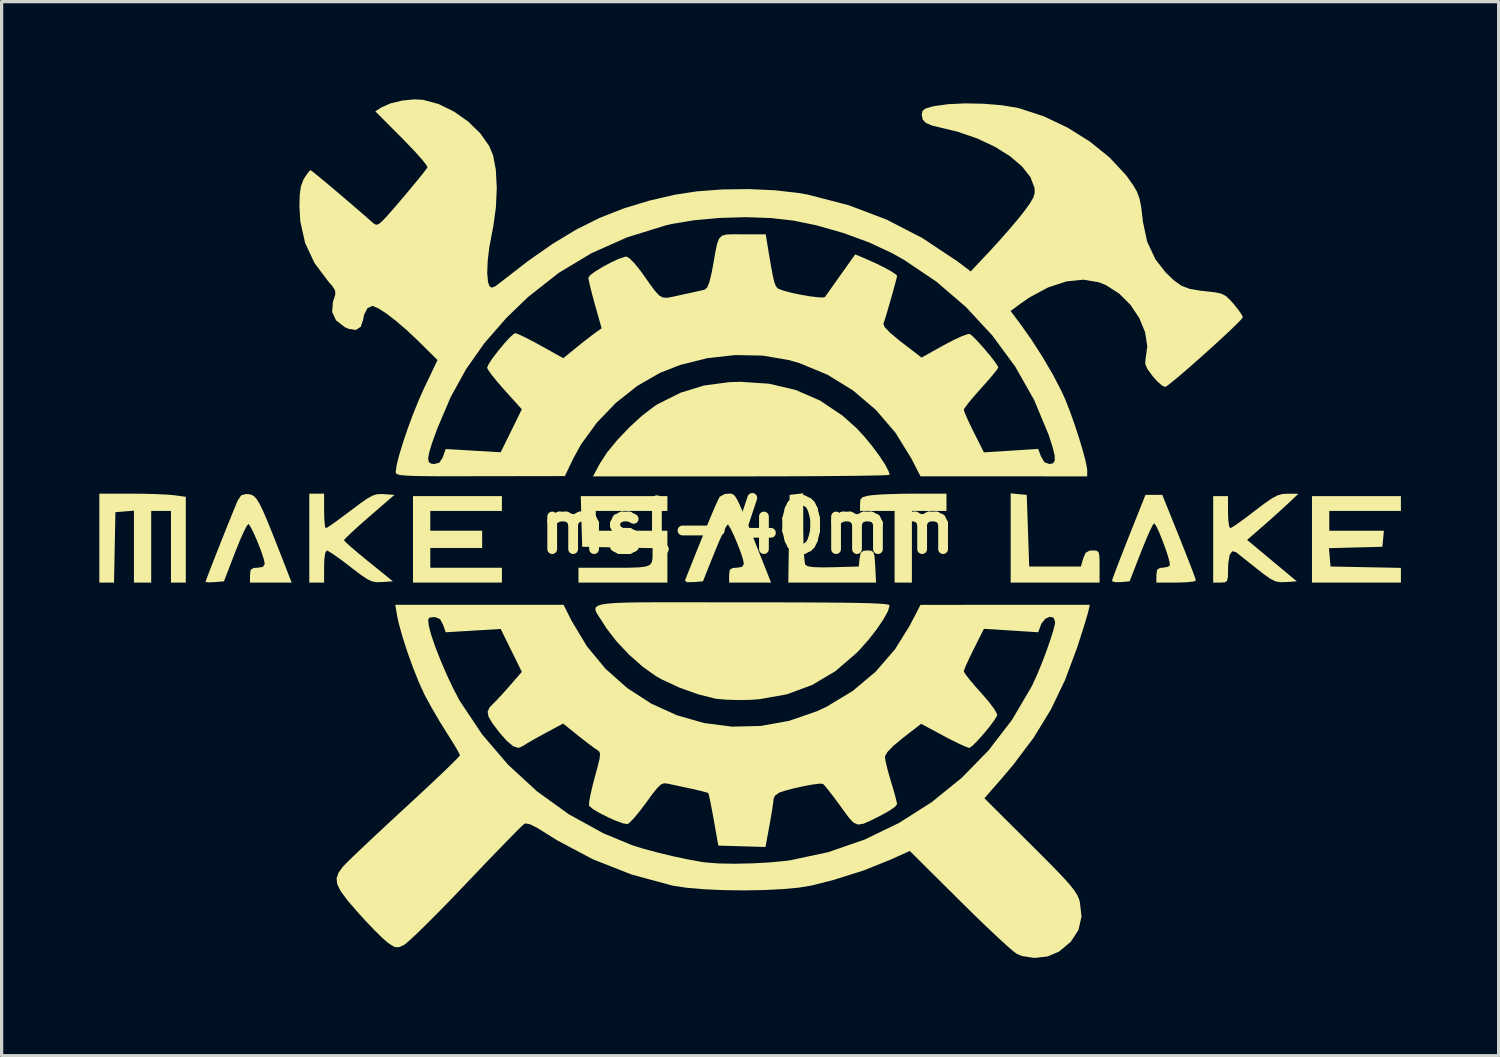
<source format=kicad_pcb>
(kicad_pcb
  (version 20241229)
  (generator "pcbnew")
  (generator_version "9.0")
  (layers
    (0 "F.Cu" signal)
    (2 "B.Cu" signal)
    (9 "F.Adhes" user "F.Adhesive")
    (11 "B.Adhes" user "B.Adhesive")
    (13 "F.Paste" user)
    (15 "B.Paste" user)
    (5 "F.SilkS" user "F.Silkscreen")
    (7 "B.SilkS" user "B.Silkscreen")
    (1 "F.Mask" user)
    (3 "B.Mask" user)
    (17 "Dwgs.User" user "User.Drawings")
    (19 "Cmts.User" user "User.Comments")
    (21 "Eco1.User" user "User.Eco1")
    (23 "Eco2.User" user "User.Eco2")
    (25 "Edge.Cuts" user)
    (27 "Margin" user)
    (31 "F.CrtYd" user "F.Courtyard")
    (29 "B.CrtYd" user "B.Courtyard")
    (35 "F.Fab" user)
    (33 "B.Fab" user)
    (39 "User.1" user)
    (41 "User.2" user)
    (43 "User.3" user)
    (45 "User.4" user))
  (footprint "msl-40mm"
    (layer "F.Cu")
    (at 19.903 13.129)
    (property "Reference" "msl-40mm" (at 0 0 0) (layer "F.SilkS") (effects (font (size 1.5 1.5) (thickness 0.3))))
    (attr board_only exclude_from_pos_files exclude_from_bom)
    (fp_poly (pts (xy 8.321 -1.009) (xy 8.568 -0.986) (xy 8.606 0.114) (xy 8.644 1.213) (xy 9.437 1.213) (xy 10.23 1.213) (xy 10.301 0.967) (xy 10.375 0.793) (xy 10.491 0.727) (xy 10.588 0.72) (xy 10.704 0.726) (xy 10.769 0.767) (xy 10.797 0.877) (xy 10.804 1.09) (xy 10.804 1.213) (xy 10.804 1.706) (xy 9.44 1.706) (xy 8.075 1.706) (xy 8.075 0.336) (xy 8.075 -1.033)) (stroke (width 0) (type solid)) (fill yes) (layer "F.SilkS"))
    (fp_poly (pts (xy 6.104 -0.758) (xy 6.104 -0.493) (xy 5.573 -0.493) (xy 5.042 -0.493) (xy 5.042 0.607) (xy 5.042 1.706) (xy 4.777 1.706) (xy 4.511 1.706) (xy 4.511 0.607) (xy 4.511 -0.493) (xy 3.981 -0.493) (xy 3.45 -0.493) (xy 3.45 -0.71) (xy 3.463 -0.844) (xy 3.53 -0.917) (xy 3.69 -0.959) (xy 3.802 -0.975) (xy 4.015 -0.994) (xy 4.337 -1.009) (xy 4.723 -1.02) (xy 5.128 -1.024) (xy 6.104 -1.024)) (stroke (width 0) (type solid)) (fill yes) (layer "F.SilkS"))
    (fp_poly (pts (xy -7.544 -0.72) (xy -7.544 -0.493) (xy -8.644 -0.493) (xy -9.743 -0.493) (xy -9.743 -0.19) (xy -9.743 0.114) (xy -8.947 0.114) (xy -8.151 0.114) (xy -8.151 0.379) (xy -8.151 0.644) (xy -8.947 0.644) (xy -9.743 0.644) (xy -9.743 0.948) (xy -9.743 1.251) (xy -8.644 1.251) (xy -7.544 1.251) (xy -7.544 1.479) (xy -7.544 1.706) (xy -8.909 1.706) (xy -10.274 1.706) (xy -10.274 0.379) (xy -10.274 -0.948) (xy -8.909 -0.948) (xy -7.544 -0.948)) (stroke (width 0) (type solid)) (fill yes) (layer "F.SilkS"))
    (fp_poly (pts (xy 20.055 -0.72) (xy 20.055 -0.493) (xy 18.955 -0.493) (xy 17.856 -0.493) (xy 17.856 -0.19) (xy 17.856 0.114) (xy 18.695 0.114) (xy 19.533 0.114) (xy 19.51 0.36) (xy 19.486 0.607) (xy 18.666 0.628) (xy 17.847 0.65) (xy 17.87 0.931) (xy 17.894 1.213) (xy 18.974 1.234) (xy 20.055 1.255) (xy 20.055 1.481) (xy 20.055 1.706) (xy 18.69 1.706) (xy 17.325 1.706) (xy 17.325 0.379) (xy 17.325 -0.948) (xy 18.69 -0.948) (xy 20.055 -0.948)) (stroke (width 0) (type solid)) (fill yes) (layer "F.SilkS"))
    (fp_poly (pts (xy 1.707 0.014) (xy 1.712 0.403) (xy 1.724 0.742) (xy 1.742 0.999) (xy 1.764 1.143) (xy 1.77 1.159) (xy 1.848 1.206) (xy 2.022 1.232) (xy 2.312 1.24) (xy 2.622 1.235) (xy 3.412 1.213) (xy 3.436 0.967) (xy 3.47 0.796) (xy 3.559 0.729) (xy 3.676 0.72) (xy 3.792 0.727) (xy 3.859 0.771) (xy 3.893 0.885) (xy 3.911 1.105) (xy 3.917 1.213) (xy 3.943 1.706) (xy 2.595 1.706) (xy 1.248 1.706) (xy 1.268 0.36) (xy 1.289 -0.986) (xy 1.497 -1.01) (xy 1.706 -1.034)) (stroke (width 0) (type solid)) (fill yes) (layer "F.SilkS"))
    (fp_poly (pts (xy -18.521 -1.02) (xy -18.135 -1.009) (xy -17.814 -0.994) (xy -17.601 -0.975) (xy -17.249 -0.927) (xy -17.249 0.389) (xy -17.249 1.706) (xy -17.477 1.706) (xy -17.704 1.706) (xy -17.704 0.607) (xy -17.704 -0.493) (xy -18.007 -0.493) (xy -18.311 -0.493) (xy -18.311 0.607) (xy -18.311 1.706) (xy -18.576 1.706) (xy -18.841 1.706) (xy -18.841 0.602) (xy -18.841 -0.502) (xy -19.126 -0.478) (xy -19.41 -0.455) (xy -19.431 0.626) (xy -19.452 1.706) (xy -19.678 1.706) (xy -19.903 1.706) (xy -19.903 0.341) (xy -19.903 -1.024) (xy -18.928 -1.024)) (stroke (width 0) (type solid)) (fill yes) (layer "F.SilkS"))
    (fp_poly (pts (xy -2.464 -0.72) (xy -2.464 -0.493) (xy -3.564 -0.493) (xy -4.663 -0.493) (xy -4.663 -0.19) (xy -4.663 0.114) (xy -3.564 0.114) (xy -2.464 0.114) (xy -2.464 0.91) (xy -2.464 1.706) (xy -3.829 1.706) (xy -5.194 1.706) (xy -5.194 1.479) (xy -5.194 1.251) (xy -4.102 1.251) (xy -3.656 1.25) (xy -3.339 1.24) (xy -3.129 1.214) (xy -3.004 1.164) (xy -2.942 1.083) (xy -2.921 0.961) (xy -2.919 0.83) (xy -2.919 0.649) (xy -4 0.628) (xy -5.08 0.607) (xy -5.102 -0.171) (xy -5.123 -0.948) (xy -3.794 -0.948) (xy -2.464 -0.948)) (stroke (width 0) (type solid)) (fill yes) (layer "F.SilkS"))
    (fp_poly (pts (xy 0.658 -4.399) (xy 1.472 -4.208) (xy 2.221 -3.882) (xy 2.914 -3.417) (xy 3.342 -3.034) (xy 3.581 -2.777) (xy 3.821 -2.485) (xy 4.041 -2.189) (xy 4.218 -1.92) (xy 4.33 -1.708) (xy 4.36 -1.602) (xy 4.286 -1.593) (xy 4.074 -1.585) (xy 3.736 -1.578) (xy 3.286 -1.571) (xy 2.737 -1.566) (xy 2.102 -1.561) (xy 1.393 -1.557) (xy 0.625 -1.555) (xy -0.19 -1.554) (xy -0.194 -1.554) (xy -4.748 -1.554) (xy -4.535 -1.952) (xy -4.31 -2.296) (xy -3.993 -2.681) (xy -3.622 -3.07) (xy -3.234 -3.424) (xy -2.867 -3.704) (xy -2.756 -3.775) (xy -2.062 -4.121) (xy -1.349 -4.342) (xy -0.577 -4.446) (xy -0.227 -4.458)) (stroke (width 0) (type solid)) (fill yes) (layer "F.SilkS"))
    (fp_poly (pts (xy 13.246 0.296) (xy 13.41 0.708) (xy 13.553 1.073) (xy 13.665 1.365) (xy 13.738 1.563) (xy 13.761 1.642) (xy 13.692 1.672) (xy 13.506 1.694) (xy 13.241 1.705) (xy 13.155 1.706) (xy 12.548 1.706) (xy 12.548 1.479) (xy 12.569 1.316) (xy 12.656 1.256) (xy 12.733 1.251) (xy 12.892 1.226) (xy 12.961 1.182) (xy 12.955 1.086) (xy 12.904 0.894) (xy 12.821 0.647) (xy 12.723 0.382) (xy 12.624 0.141) (xy 12.538 -0.037) (xy 12.48 -0.113) (xy 12.477 -0.114) (xy 12.429 -0.047) (xy 12.34 0.135) (xy 12.223 0.405) (xy 12.089 0.736) (xy 12.073 0.777) (xy 11.726 1.668) (xy 11.455 1.692) (xy 11.278 1.692) (xy 11.188 1.663) (xy 11.185 1.654) (xy 11.212 1.567) (xy 11.287 1.363) (xy 11.401 1.064) (xy 11.544 0.696) (xy 11.699 0.303) (xy 12.213 -0.986) (xy 12.471 -0.986) (xy 12.73 -0.986)) (stroke (width 0) (type solid)) (fill yes) (layer "F.SilkS"))
    (fp_poly (pts (xy 16.58 -1.022) (xy 16.908 -1.02) (xy 16.567 -0.699) (xy 16.329 -0.48) (xy 16.04 -0.22) (xy 15.779 0.009) (xy 15.333 0.396) (xy 16.096 1.032) (xy 16.859 1.668) (xy 16.518 1.691) (xy 16.346 1.695) (xy 16.202 1.667) (xy 16.047 1.59) (xy 15.844 1.447) (xy 15.633 1.281) (xy 15.38 1.08) (xy 15.165 0.909) (xy 15.021 0.795) (xy 14.988 0.769) (xy 14.875 0.744) (xy 14.797 0.861) (xy 14.755 1.114) (xy 14.748 1.308) (xy 14.743 1.539) (xy 14.715 1.657) (xy 14.642 1.7) (xy 14.52 1.706) (xy 14.292 1.706) (xy 14.292 0.379) (xy 14.292 -0.948) (xy 14.52 -0.948) (xy 14.747 -0.948) (xy 14.747 -0.455) (xy 14.756 -0.204) (xy 14.781 -0.026) (xy 14.813 0.038) (xy 14.896 -0.006) (xy 15.072 -0.125) (xy 15.313 -0.301) (xy 15.565 -0.493) (xy 15.874 -0.727) (xy 16.097 -0.881) (xy 16.267 -0.97) (xy 16.414 -1.012) (xy 16.57 -1.022)) (stroke (width 0) (type solid)) (fill yes) (layer "F.SilkS"))
    (fp_poly (pts (xy -0.486 -1.019) (xy -0.434 -0.993) (xy -0.379 -0.932) (xy -0.313 -0.823) (xy -0.23 -0.651) (xy -0.123 -0.402) (xy 0.016 -0.063) (xy 0.193 0.38) (xy 0.416 0.942) (xy 0.576 1.346) (xy 0.718 1.706) (xy 0.075 1.706) (xy -0.569 1.706) (xy -0.569 1.479) (xy -0.55 1.317) (xy -0.461 1.258) (xy -0.341 1.251) (xy -0.172 1.225) (xy -0.118 1.135) (xy -0.118 1.118) (xy -0.147 0.979) (xy -0.218 0.764) (xy -0.315 0.512) (xy -0.42 0.264) (xy -0.518 0.06) (xy -0.591 -0.06) (xy -0.612 -0.076) (xy -0.662 -0.01) (xy -0.754 0.171) (xy -0.875 0.439) (xy -1.012 0.768) (xy -1.023 0.796) (xy -1.373 1.668) (xy -1.663 1.692) (xy -1.854 1.695) (xy -1.92 1.654) (xy -1.914 1.616) (xy -1.617 0.869) (xy -1.365 0.246) (xy -1.162 -0.249) (xy -1.007 -0.613) (xy -0.904 -0.842) (xy -0.856 -0.929) (xy -0.722 -1.005) (xy -0.607 -1.024) (xy -0.541 -1.025)) (stroke (width 0) (type solid)) (fill yes) (layer "F.SilkS"))
    (fp_poly (pts (xy -15.321 -1.008) (xy -15.235 -0.991) (xy -15.156 -0.947) (xy -15.075 -0.859) (xy -14.985 -0.713) (xy -14.877 -0.492) (xy -14.743 -0.181) (xy -14.574 0.237) (xy -14.362 0.776) (xy -14.302 0.929) (xy -14 1.706) (xy -14.639 1.706) (xy -15.278 1.706) (xy -15.278 1.479) (xy -15.259 1.317) (xy -15.171 1.258) (xy -15.05 1.251) (xy -14.881 1.225) (xy -14.827 1.135) (xy -14.827 1.118) (xy -14.857 0.978) (xy -14.929 0.759) (xy -15.028 0.502) (xy -15.135 0.25) (xy -15.234 0.043) (xy -15.308 -0.078) (xy -15.325 -0.092) (xy -15.376 -0.034) (xy -15.467 0.141) (xy -15.585 0.405) (xy -15.718 0.734) (xy -15.735 0.777) (xy -16.077 1.668) (xy -16.36 1.692) (xy -16.542 1.699) (xy -16.638 1.689) (xy -16.643 1.684) (xy -16.616 1.604) (xy -16.544 1.412) (xy -16.437 1.136) (xy -16.306 0.802) (xy -16.162 0.438) (xy -16.017 0.074) (xy -15.881 -0.264) (xy -15.766 -0.548) (xy -15.682 -0.75) (xy -15.651 -0.819) (xy -15.55 -0.971) (xy -15.403 -1.013)) (stroke (width 0) (type solid)) (fill yes) (layer "F.SilkS"))
    (fp_poly (pts (xy -13.003 -0.493) (xy -12.996 -0.231) (xy -12.979 -0.042) (xy -12.953 0.037) (xy -12.951 0.038) (xy -12.874 -0.005) (xy -12.702 -0.123) (xy -12.462 -0.298) (xy -12.196 -0.497) (xy -11.888 -0.729) (xy -11.668 -0.88) (xy -11.505 -0.968) (xy -11.369 -1.007) (xy -11.229 -1.013) (xy -11.169 -1.009) (xy -10.844 -0.986) (xy -11.621 -0.314) (xy -11.905 -0.065) (xy -12.141 0.15) (xy -12.31 0.311) (xy -12.39 0.398) (xy -12.394 0.406) (xy -12.337 0.469) (xy -12.184 0.608) (xy -11.957 0.801) (xy -11.679 1.031) (xy -11.641 1.061) (xy -10.891 1.668) (xy -11.229 1.691) (xy -11.389 1.695) (xy -11.527 1.671) (xy -11.676 1.603) (xy -11.868 1.474) (xy -12.139 1.269) (xy -12.204 1.217) (xy -12.473 1.013) (xy -12.702 0.849) (xy -12.863 0.746) (xy -12.922 0.72) (xy -12.968 0.792) (xy -12.996 0.989) (xy -13.003 1.213) (xy -13.003 1.706) (xy -13.231 1.706) (xy -13.458 1.706) (xy -13.458 0.341) (xy -13.458 -1.024) (xy -13.231 -1.024) (xy -13.003 -1.024)) (stroke (width 0) (type solid)) (fill yes) (layer "F.SilkS"))
    (fp_poly (pts (xy -1.963 2.31) (xy -1.141 2.312) (xy -0.198 2.313) (xy 0.785 2.313) (xy 1.625 2.315) (xy 2.332 2.319) (xy 2.916 2.324) (xy 3.386 2.331) (xy 3.752 2.34) (xy 4.022 2.352) (xy 4.207 2.366) (xy 4.316 2.383) (xy 4.358 2.403) (xy 4.359 2.407) (xy 4.308 2.581) (xy 4.17 2.833) (xy 3.965 3.135) (xy 3.714 3.458) (xy 3.435 3.773) (xy 3.349 3.862) (xy 2.694 4.426) (xy 1.979 4.85) (xy 1.203 5.137) (xy 0.359 5.287) (xy 0.076 5.307) (xy -0.288 5.313) (xy -0.648 5.302) (xy -0.939 5.277) (xy -0.996 5.268) (xy -1.529 5.134) (xy -2.1 4.929) (xy -2.636 4.679) (xy -2.816 4.578) (xy -3.217 4.294) (xy -3.635 3.924) (xy -4.023 3.514) (xy -4.336 3.109) (xy -4.413 2.987) (xy -4.502 2.847) (xy -4.582 2.727) (xy -4.643 2.627) (xy -4.675 2.544) (xy -4.667 2.476) (xy -4.61 2.423) (xy -4.493 2.382) (xy -4.306 2.353) (xy -4.039 2.332) (xy -3.681 2.319) (xy -3.223 2.313) (xy -2.654 2.31)) (stroke (width 0) (type solid)) (fill yes) (layer "F.SilkS"))
    (fp_poly (pts (xy -5.415 2.862) (xy -4.937 3.66) (xy -4.36 4.356) (xy -3.697 4.944) (xy -2.963 5.42) (xy -2.172 5.78) (xy -1.339 6.018) (xy -0.477 6.129) (xy 0.398 6.108) (xy 1.273 5.951) (xy 2.133 5.654) (xy 2.426 5.516) (xy 3.226 5.033) (xy 3.93 4.441) (xy 4.526 3.751) (xy 4.971 3.036) (xy 5.307 2.39) (xy 7.906 2.389) (xy 10.504 2.388) (xy 10.457 2.597) (xy 10.415 2.748) (xy 10.337 3.008) (xy 10.232 3.339) (xy 10.114 3.705) (xy 10.111 3.714) (xy 9.74 4.707) (xy 9.305 5.611) (xy 8.783 6.464) (xy 8.15 7.307) (xy 7.825 7.69) (xy 7.268 8.328) (xy 8.684 9.737) (xy 9.119 10.171) (xy 9.458 10.515) (xy 9.714 10.784) (xy 9.9 10.993) (xy 10.029 11.158) (xy 10.115 11.293) (xy 10.169 11.413) (xy 10.197 11.505) (xy 10.25 11.957) (xy 10.157 12.368) (xy 9.922 12.732) (xy 9.56 13.035) (xy 9.209 13.184) (xy 8.81 13.23) (xy 8.425 13.172) (xy 8.264 13.106) (xy 8.153 13.023) (xy 7.95 12.847) (xy 7.673 12.593) (xy 7.338 12.276) (xy 6.96 11.912) (xy 6.556 11.515) (xy 6.507 11.466) (xy 4.977 9.945) (xy 4.384 10.214) (xy 3.569 10.541) (xy 2.644 10.833) (xy 1.971 11.005) (xy 1.582 11.07) (xy 1.079 11.117) (xy 0.498 11.145) (xy -0.123 11.156) (xy -0.749 11.148) (xy -1.343 11.121) (xy -1.868 11.076) (xy -2.289 11.013) (xy -2.313 11.008) (xy -3.561 10.67) (xy -4.746 10.204) (xy -5.851 9.618) (xy -6.138 9.438) (xy -6.45 9.243) (xy -6.663 9.134) (xy -6.8 9.1) (xy -6.858 9.115) (xy -6.938 9.186) (xy -7.107 9.354) (xy -7.354 9.605) (xy -7.665 9.924) (xy -8.026 10.299) (xy -8.424 10.716) (xy -8.657 10.961) (xy -9.075 11.398) (xy -9.47 11.803) (xy -9.826 12.161) (xy -10.13 12.458) (xy -10.367 12.68) (xy -10.523 12.813) (xy -10.568 12.843) (xy -10.72 12.903) (xy -10.839 12.894) (xy -10.987 12.805) (xy -11.067 12.746) (xy -11.223 12.608) (xy -11.447 12.387) (xy -11.711 12.112) (xy -11.98 11.817) (xy -12.286 11.461) (xy -12.49 11.186) (xy -12.599 10.97) (xy -12.62 10.788) (xy -12.562 10.617) (xy -12.431 10.435) (xy -12.427 10.43) (xy -12.322 10.32) (xy -12.12 10.123) (xy -11.839 9.854) (xy -11.492 9.527) (xy -11.097 9.158) (xy -10.669 8.762) (xy -10.531 8.635) (xy -10.108 8.244) (xy -9.723 7.885) (xy -9.39 7.57) (xy -9.123 7.313) (xy -8.936 7.126) (xy -8.842 7.024) (xy -8.833 7.009) (xy -8.872 6.921) (xy -8.977 6.737) (xy -9.13 6.488) (xy -9.241 6.315) (xy -9.462 5.959) (xy -9.69 5.569) (xy -9.885 5.213) (xy -9.931 5.124) (xy -10.098 4.756) (xy -10.276 4.31) (xy -10.448 3.831) (xy -10.598 3.365) (xy -10.712 2.957) (xy -10.737 2.842) (xy -9.809 2.842) (xy -9.793 2.999) (xy -9.784 3.052) (xy -9.712 3.324) (xy -9.586 3.69) (xy -9.42 4.112) (xy -9.232 4.548) (xy -9.038 4.96) (xy -8.854 5.309) (xy -8.833 5.345) (xy -8.151 6.368) (xy -7.359 7.294) (xy -6.468 8.114) (xy -5.489 8.82) (xy -4.433 9.401) (xy -3.557 9.765) (xy -3.219 9.872) (xy -2.783 9.99) (xy -2.304 10.105) (xy -1.834 10.205) (xy -1.426 10.279) (xy -1.289 10.298) (xy -0.891 10.329) (xy -0.393 10.338) (xy 0.152 10.326) (xy 0.695 10.296) (xy 1.184 10.248) (xy 1.315 10.23) (xy 2.471 9.983) (xy 3.588 9.597) (xy 4.653 9.082) (xy 5.651 8.447) (xy 6.57 7.702) (xy 7.396 6.857) (xy 8.115 5.922) (xy 8.713 4.906) (xy 8.74 4.853) (xy 8.873 4.565) (xy 9.016 4.22) (xy 9.156 3.854) (xy 9.28 3.502) (xy 9.377 3.199) (xy 9.432 2.982) (xy 9.44 2.913) (xy 9.392 2.786) (xy 9.279 2.756) (xy 9.143 2.814) (xy 9.028 2.952) (xy 9.006 2.999) (xy 8.919 3.231) (xy 8.086 3.178) (xy 7.253 3.126) (xy 6.944 3.741) (xy 6.807 4.022) (xy 6.701 4.253) (xy 6.642 4.402) (xy 6.634 4.432) (xy 6.683 4.517) (xy 6.813 4.685) (xy 7.004 4.91) (xy 7.168 5.093) (xy 7.408 5.371) (xy 7.576 5.595) (xy 7.657 5.745) (xy 7.66 5.785) (xy 7.582 5.919) (xy 7.44 6.111) (xy 7.264 6.328) (xy 7.082 6.534) (xy 6.924 6.695) (xy 6.82 6.777) (xy 6.806 6.782) (xy 6.703 6.749) (xy 6.501 6.659) (xy 6.23 6.525) (xy 6.019 6.414) (xy 5.326 6.042) (xy 4.772 6.471) (xy 4.474 6.718) (xy 4.285 6.915) (xy 4.214 7.048) (xy 4.214 7.051) (xy 4.234 7.192) (xy 4.291 7.432) (xy 4.373 7.725) (xy 4.399 7.81) (xy 4.486 8.1) (xy 4.551 8.34) (xy 4.585 8.489) (xy 4.587 8.51) (xy 4.524 8.589) (xy 4.359 8.706) (xy 4.128 8.836) (xy 4.126 8.836) (xy 3.79 9.007) (xy 3.556 9.109) (xy 3.39 9.136) (xy 3.255 9.08) (xy 3.116 8.934) (xy 2.935 8.689) (xy 2.847 8.567) (xy 2.647 8.297) (xy 2.475 8.074) (xy 2.353 7.927) (xy 2.31 7.884) (xy 2.206 7.879) (xy 1.998 7.906) (xy 1.728 7.955) (xy 1.438 8.019) (xy 1.171 8.088) (xy 0.967 8.155) (xy 0.967 8.155) (xy 0.835 8.254) (xy 0.796 8.347) (xy 0.783 8.474) (xy 0.748 8.708) (xy 0.697 9.008) (xy 0.672 9.147) (xy 0.548 9.824) (xy -0.176 9.802) (xy -0.901 9.781) (xy -1.041 8.988) (xy -1.101 8.661) (xy -1.153 8.394) (xy -1.192 8.219) (xy -1.208 8.168) (xy -1.291 8.14) (xy -1.481 8.091) (xy -1.74 8.032) (xy -1.755 8.029) (xy -2.049 7.966) (xy -2.309 7.91) (xy -2.471 7.876) (xy -2.569 7.868) (xy -2.662 7.906) (xy -2.774 8.011) (xy -2.927 8.202) (xy -3.119 8.466) (xy -3.32 8.733) (xy -3.5 8.949) (xy -3.635 9.087) (xy -3.689 9.121) (xy -3.821 9.1) (xy -4.035 9.024) (xy -4.289 8.911) (xy -4.54 8.784) (xy -4.744 8.663) (xy -4.859 8.569) (xy -4.869 8.553) (xy -4.866 8.441) (xy -4.826 8.219) (xy -4.757 7.923) (xy -4.695 7.687) (xy -4.601 7.343) (xy -4.547 7.117) (xy -4.531 6.979) (xy -4.55 6.901) (xy -4.6 6.856) (xy -4.609 6.851) (xy -4.728 6.771) (xy -4.924 6.624) (xy -5.161 6.439) (xy -5.201 6.407) (xy -5.666 6.034) (xy -6.245 6.346) (xy -6.516 6.495) (xy -6.738 6.622) (xy -6.874 6.706) (xy -6.896 6.722) (xy -7.033 6.783) (xy -7.196 6.732) (xy -7.4 6.561) (xy -7.617 6.313) (xy -7.835 6.028) (xy -7.955 5.823) (xy -7.983 5.671) (xy -7.926 5.543) (xy -7.839 5.452) (xy -7.71 5.323) (xy -7.522 5.121) (xy -7.316 4.889) (xy -7.306 4.877) (xy -6.933 4.447) (xy -7.257 3.789) (xy -7.582 3.13) (xy -8.426 3.181) (xy -9.27 3.232) (xy -9.351 3) (xy -9.442 2.829) (xy -9.583 2.77) (xy -9.634 2.767) (xy -9.763 2.779) (xy -9.809 2.842) (xy -10.737 2.842) (xy -10.764 2.711) (xy -10.818 2.388) (xy -8.234 2.388) (xy -5.651 2.388)) (stroke (width 0) (type solid)) (fill yes) (layer "F.SilkS"))
    (fp_poly (pts (xy -9.97 -13.115) (xy -9.492 -12.987) (xy -9.019 -12.756) (xy -8.58 -12.448) (xy -8.209 -12.087) (xy -7.935 -11.698) (xy -7.816 -11.416) (xy -7.731 -10.965) (xy -7.702 -10.418) (xy -7.728 -9.821) (xy -7.81 -9.219) (xy -7.849 -9.027) (xy -7.933 -8.577) (xy -7.982 -8.156) (xy -7.995 -7.794) (xy -7.971 -7.522) (xy -7.928 -7.398) (xy -7.865 -7.347) (xy -7.763 -7.381) (xy -7.589 -7.509) (xy -7.585 -7.512) (xy -6.757 -8.155) (xy -5.992 -8.69) (xy -5.263 -9.131) (xy -4.542 -9.49) (xy -3.804 -9.781) (xy -3.02 -10.019) (xy -2.237 -10.201) (xy -1.554 -10.305) (xy -0.781 -10.363) (xy 0.03 -10.374) (xy 0.826 -10.338) (xy 1.555 -10.256) (xy 1.858 -10.202) (xy 3.102 -9.879) (xy 4.265 -9.438) (xy 5.367 -8.869) (xy 6.433 -8.161) (xy 6.646 -8.001) (xy 6.847 -7.846) (xy 7.471 -8.51) (xy 7.764 -8.831) (xy 8.063 -9.172) (xy 8.327 -9.486) (xy 8.47 -9.667) (xy 8.661 -9.927) (xy 8.769 -10.111) (xy 8.812 -10.256) (xy 8.807 -10.4) (xy 8.805 -10.413) (xy 8.681 -10.742) (xy 8.423 -11.07) (xy 8.052 -11.386) (xy 7.585 -11.677) (xy 7.041 -11.931) (xy 6.439 -12.137) (xy 5.99 -12.245) (xy 5.669 -12.322) (xy 5.473 -12.403) (xy 5.374 -12.509) (xy 5.345 -12.654) (xy 5.345 -12.665) (xy 5.368 -12.774) (xy 5.459 -12.846) (xy 5.655 -12.905) (xy 5.728 -12.921) (xy 6.158 -12.981) (xy 6.68 -13.005) (xy 7.24 -12.994) (xy 7.783 -12.95) (xy 8.256 -12.874) (xy 8.347 -12.852) (xy 9.091 -12.608) (xy 9.821 -12.261) (xy 10.505 -11.834) (xy 11.11 -11.345) (xy 11.602 -10.818) (xy 11.674 -10.724) (xy 11.841 -10.487) (xy 11.955 -10.288) (xy 12.03 -10.083) (xy 12.081 -9.827) (xy 12.124 -9.475) (xy 12.136 -9.364) (xy 12.265 -8.761) (xy 12.518 -8.219) (xy 12.83 -7.818) (xy 13.091 -7.567) (xy 13.319 -7.407) (xy 13.566 -7.312) (xy 13.889 -7.256) (xy 14.047 -7.239) (xy 14.346 -7.206) (xy 14.542 -7.164) (xy 14.681 -7.093) (xy 14.812 -6.97) (xy 14.917 -6.851) (xy 15.072 -6.658) (xy 15.175 -6.504) (xy 15.202 -6.44) (xy 15.148 -6.367) (xy 14.999 -6.215) (xy 14.777 -6.001) (xy 14.501 -5.744) (xy 14.192 -5.463) (xy 13.872 -5.176) (xy 13.56 -4.901) (xy 13.278 -4.658) (xy 13.045 -4.464) (xy 12.884 -4.338) (xy 12.819 -4.3) (xy 12.723 -4.342) (xy 12.573 -4.474) (xy 12.441 -4.622) (xy 12.275 -4.846) (xy 12.205 -5.007) (xy 12.213 -5.137) (xy 12.269 -5.549) (xy 12.2 -5.985) (xy 12.021 -6.419) (xy 11.751 -6.822) (xy 11.405 -7.167) (xy 10.999 -7.426) (xy 10.789 -7.512) (xy 10.31 -7.593) (xy 9.785 -7.539) (xy 9.227 -7.356) (xy 8.654 -7.048) (xy 8.396 -6.87) (xy 8.072 -6.631) (xy 8.371 -6.235) (xy 8.714 -5.75) (xy 9.056 -5.217) (xy 9.37 -4.681) (xy 9.628 -4.186) (xy 9.748 -3.923) (xy 9.888 -3.567) (xy 10.031 -3.167) (xy 10.166 -2.757) (xy 10.282 -2.371) (xy 10.37 -2.043) (xy 10.419 -1.805) (xy 10.425 -1.732) (xy 10.425 -1.554) (xy 7.866 -1.555) (xy 5.307 -1.555) (xy 5.024 -2.107) (xy 4.536 -2.897) (xy 3.934 -3.597) (xy 3.234 -4.193) (xy 2.452 -4.674) (xy 1.602 -5.027) (xy 1.266 -5.125) (xy 0.47 -5.261) (xy -0.378 -5.279) (xy -1.237 -5.183) (xy -2.068 -4.976) (xy -2.692 -4.732) (xy -3.389 -4.331) (xy -4.046 -3.811) (xy -4.633 -3.201) (xy -5.117 -2.533) (xy -5.358 -2.093) (xy -5.611 -1.563) (xy -8.208 -1.559) (xy -8.904 -1.558) (xy -9.463 -1.558) (xy -9.9 -1.561) (xy -10.231 -1.567) (xy -10.469 -1.577) (xy -10.631 -1.591) (xy -10.73 -1.61) (xy -10.782 -1.636) (xy -10.802 -1.669) (xy -10.804 -1.696) (xy -10.776 -1.9) (xy -10.727 -2.095) (xy -9.81 -2.095) (xy -9.786 -1.988) (xy -9.707 -1.941) (xy -9.625 -1.933) (xy -9.467 -1.974) (xy -9.367 -2.122) (xy -9.352 -2.163) (xy -9.271 -2.394) (xy -8.427 -2.344) (xy -7.582 -2.294) (xy -7.257 -2.954) (xy -6.933 -3.614) (xy -7.466 -4.205) (xy -7.687 -4.459) (xy -7.863 -4.677) (xy -7.973 -4.832) (xy -7.999 -4.89) (xy -7.953 -4.998) (xy -7.834 -5.178) (xy -7.669 -5.395) (xy -7.488 -5.615) (xy -7.318 -5.803) (xy -7.186 -5.925) (xy -7.134 -5.952) (xy -7.032 -5.917) (xy -6.831 -5.822) (xy -6.562 -5.683) (xy -6.35 -5.567) (xy -5.66 -5.183) (xy -5.254 -5.513) (xy -5.017 -5.703) (xy -4.801 -5.871) (xy -4.665 -5.972) (xy -4.483 -6.1) (xy -4.687 -6.822) (xy -4.774 -7.142) (xy -4.843 -7.414) (xy -4.883 -7.601) (xy -4.89 -7.656) (xy -4.827 -7.737) (xy -4.663 -7.856) (xy -4.437 -7.993) (xy -4.187 -8.126) (xy -3.952 -8.234) (xy -3.77 -8.295) (xy -3.717 -8.302) (xy -3.621 -8.244) (xy -3.47 -8.089) (xy -3.292 -7.868) (xy -3.241 -7.798) (xy -3.01 -7.471) (xy -2.845 -7.247) (xy -2.719 -7.111) (xy -2.604 -7.046) (xy -2.472 -7.037) (xy -2.295 -7.069) (xy -2.045 -7.125) (xy -2.043 -7.125) (xy -1.744 -7.19) (xy -1.493 -7.246) (xy -1.334 -7.283) (xy -1.315 -7.288) (xy -1.243 -7.352) (xy -1.176 -7.515) (xy -1.107 -7.798) (xy -1.065 -8.021) (xy -0.996 -8.415) (xy -0.941 -8.684) (xy -0.878 -8.853) (xy -0.785 -8.944) (xy -0.64 -8.981) (xy -0.42 -8.987) (xy -0.153 -8.985) (xy 0.555 -8.985) (xy 0.645 -8.435) (xy 0.717 -8.012) (xy 0.772 -7.714) (xy 0.819 -7.518) (xy 0.864 -7.401) (xy 0.912 -7.336) (xy 0.95 -7.312) (xy 1.115 -7.251) (xy 1.36 -7.187) (xy 1.644 -7.128) (xy 1.928 -7.08) (xy 2.171 -7.051) (xy 2.333 -7.047) (xy 2.375 -7.062) (xy 2.439 -7.153) (xy 2.569 -7.337) (xy 2.743 -7.583) (xy 2.864 -7.753) (xy 3.302 -8.369) (xy 3.584 -8.251) (xy 3.9 -8.112) (xy 4.187 -7.971) (xy 4.417 -7.844) (xy 4.558 -7.748) (xy 4.587 -7.71) (xy 4.567 -7.617) (xy 4.515 -7.419) (xy 4.442 -7.155) (xy 4.359 -6.864) (xy 4.278 -6.587) (xy 4.21 -6.364) (xy 4.167 -6.237) (xy 4.207 -6.137) (xy 4.369 -5.967) (xy 4.647 -5.734) (xy 4.733 -5.667) (xy 5.34 -5.202) (xy 6.027 -5.585) (xy 6.323 -5.74) (xy 6.576 -5.857) (xy 6.755 -5.921) (xy 6.819 -5.927) (xy 6.912 -5.853) (xy 7.064 -5.698) (xy 7.246 -5.495) (xy 7.428 -5.279) (xy 7.582 -5.083) (xy 7.678 -4.942) (xy 7.696 -4.899) (xy 7.648 -4.821) (xy 7.518 -4.659) (xy 7.328 -4.438) (xy 7.165 -4.257) (xy 6.945 -4.008) (xy 6.769 -3.796) (xy 6.66 -3.649) (xy 6.634 -3.598) (xy 6.667 -3.501) (xy 6.753 -3.303) (xy 6.877 -3.041) (xy 6.944 -2.907) (xy 7.253 -2.292) (xy 8.086 -2.344) (xy 8.919 -2.397) (xy 9.006 -2.165) (xy 9.115 -1.986) (xy 9.267 -1.933) (xy 9.377 -1.957) (xy 9.429 -2.041) (xy 9.423 -2.206) (xy 9.357 -2.471) (xy 9.24 -2.831) (xy 8.793 -3.904) (xy 8.213 -4.926) (xy 7.51 -5.881) (xy 6.7 -6.755) (xy 5.795 -7.532) (xy 4.808 -8.197) (xy 4.432 -8.408) (xy 3.73 -8.736) (xy 2.936 -9.027) (xy 2.111 -9.262) (xy 1.413 -9.406) (xy 0.715 -9.485) (xy -0.062 -9.512) (xy -0.865 -9.488) (xy -1.643 -9.417) (xy -2.343 -9.3) (xy -2.517 -9.259) (xy -3.7 -8.893) (xy -4.791 -8.408) (xy -5.802 -7.8) (xy -6.743 -7.06) (xy -7.415 -6.41) (xy -8.086 -5.639) (xy -8.645 -4.845) (xy -9.117 -3.988) (xy -9.527 -3.026) (xy -9.544 -2.979) (xy -9.691 -2.572) (xy -9.779 -2.283) (xy -9.81 -2.095) (xy -10.727 -2.095) (xy -10.697 -2.212) (xy -10.579 -2.6) (xy -10.432 -3.032) (xy -10.267 -3.476) (xy -10.095 -3.902) (xy -9.931 -4.268) (xy -9.521 -5.125) (xy -10.119 -5.717) (xy -10.463 -6.042) (xy -10.797 -6.328) (xy -11.098 -6.559) (xy -11.344 -6.717) (xy -11.511 -6.785) (xy -11.528 -6.786) (xy -11.673 -6.716) (xy -11.773 -6.524) (xy -11.802 -6.377) (xy -11.876 -6.148) (xy -12.026 -6.05) (xy -12.251 -6.083) (xy -12.377 -6.141) (xy -12.638 -6.346) (xy -12.756 -6.602) (xy -12.732 -6.909) (xy -12.709 -6.979) (xy -12.658 -7.147) (xy -12.668 -7.268) (xy -12.755 -7.402) (xy -12.866 -7.528) (xy -13.298 -8.104) (xy -13.586 -8.72) (xy -13.735 -9.39) (xy -13.761 -9.85) (xy -13.751 -10.205) (xy -13.716 -10.455) (xy -13.647 -10.644) (xy -13.611 -10.71) (xy -13.505 -10.868) (xy -13.431 -10.952) (xy -13.421 -10.956) (xy -13.355 -10.91) (xy -13.197 -10.782) (xy -12.968 -10.593) (xy -12.69 -10.359) (xy -12.385 -10.101) (xy -12.075 -9.835) (xy -11.782 -9.582) (xy -11.528 -9.358) (xy -11.516 -9.348) (xy -11.452 -9.296) (xy -11.392 -9.278) (xy -11.317 -9.307) (xy -11.21 -9.399) (xy -11.053 -9.566) (xy -10.828 -9.824) (xy -10.606 -10.084) (xy -10.344 -10.395) (xy -10.117 -10.669) (xy -9.946 -10.883) (xy -9.846 -11.015) (xy -9.829 -11.044) (xy -9.87 -11.123) (xy -10.001 -11.287) (xy -10.206 -11.517) (xy -10.466 -11.79) (xy -10.615 -11.942) (xy -11.43 -12.76) (xy -11.25 -12.877) (xy -10.969 -13.004) (xy -10.605 -13.092) (xy -10.226 -13.129)) (stroke (width 0) (type solid)) (fill yes) (layer "F.SilkS")))
  (gr_rect
    (start -3 -3)
    (end 42.958 29.359)
    (stroke (width 0.1) (type default))
    (fill no)
    (layer "Edge.Cuts")))
</source>
